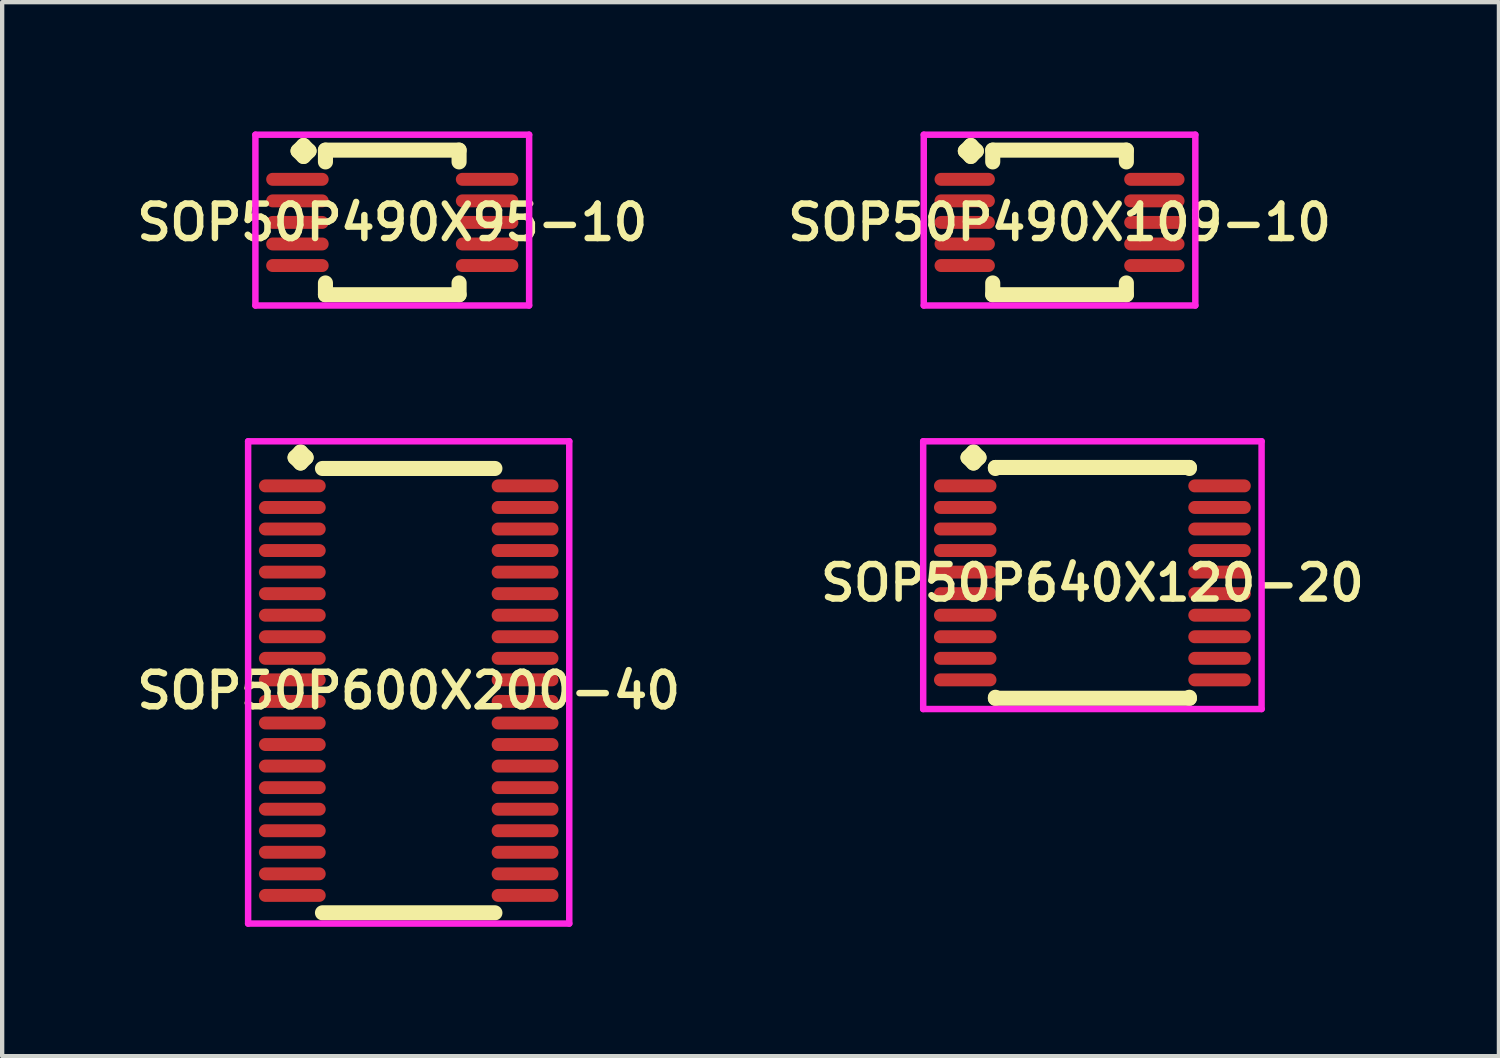
<source format=kicad_pcb>
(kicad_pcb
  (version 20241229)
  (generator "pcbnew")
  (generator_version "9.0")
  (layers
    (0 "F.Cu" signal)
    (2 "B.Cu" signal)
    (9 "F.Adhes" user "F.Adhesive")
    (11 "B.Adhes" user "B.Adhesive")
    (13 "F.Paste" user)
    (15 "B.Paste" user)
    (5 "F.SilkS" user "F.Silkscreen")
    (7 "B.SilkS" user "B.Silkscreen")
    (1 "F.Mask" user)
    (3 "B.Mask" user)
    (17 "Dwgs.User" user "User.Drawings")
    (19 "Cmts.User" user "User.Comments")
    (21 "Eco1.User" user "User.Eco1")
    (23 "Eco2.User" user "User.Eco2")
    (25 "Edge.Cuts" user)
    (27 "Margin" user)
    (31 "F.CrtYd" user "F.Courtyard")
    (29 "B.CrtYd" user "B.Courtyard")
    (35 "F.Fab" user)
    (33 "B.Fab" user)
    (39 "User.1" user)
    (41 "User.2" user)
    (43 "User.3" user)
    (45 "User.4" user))
  (footprint "SOP50P490X109-10"
    (layer "F.Cu")
    (at 21.53 2.11)
    (property "Reference" "SOP50P490X109-10" (at 0 0 0) (layer "F.SilkS") (effects (font (size 0.8 0.8) (thickness 0.15))))
    (attr smd)
    (fp_line (start -2.185 -1.658) (end -2.058 -1.785) (stroke (width 0.35) (type solid)) (layer "F.SilkS"))
    (fp_line (start -2.058 -1.785) (end -1.931 -1.658) (stroke (width 0.35) (type solid)) (layer "F.SilkS"))
    (fp_line (start -2.058 -1.531) (end -2.185 -1.658) (stroke (width 0.35) (type solid)) (layer "F.SilkS"))
    (fp_line (start -1.931 -1.658) (end -2.058 -1.531) (stroke (width 0.35) (type solid)) (layer "F.SilkS"))
    (fp_line (start -1.55 -1.677) (end 1.55 -1.677) (stroke (width 0.35) (type solid)) (layer "F.SilkS"))
    (fp_line (start -1.55 -1.404) (end -1.55 -1.677) (stroke (width 0.35) (type solid)) (layer "F.SilkS"))
    (fp_line (start -1.55 1.404) (end -1.55 1.677) (stroke (width 0.35) (type solid)) (layer "F.SilkS"))
    (fp_line (start -1.55 1.677) (end 1.55 1.677) (stroke (width 0.35) (type solid)) (layer "F.SilkS"))
    (fp_line (start 1.55 -1.677) (end 1.55 -1.404) (stroke (width 0.35) (type solid)) (layer "F.SilkS"))
    (fp_line (start 1.55 1.677) (end 1.55 1.404) (stroke (width 0.35) (type solid)) (layer "F.SilkS"))
    (fp_line (start -3.15 -2.035) (end 3.15 -2.035) (stroke (width 0.15) (type solid)) (layer "F.CrtYd"))
    (fp_line (start -3.15 1.927) (end -3.15 -2.035) (stroke (width 0.15) (type solid)) (layer "F.CrtYd"))
    (fp_line (start 3.15 -2.035) (end 3.15 1.927) (stroke (width 0.15) (type solid)) (layer "F.CrtYd"))
    (fp_line (start 3.15 1.927) (end -3.15 1.927) (stroke (width 0.15) (type solid)) (layer "F.CrtYd"))
    (pad "1" smd oval (at -2.2 -1) (size 1.4 0.3) (layers "F.Cu" "F.Mask" "F.Paste"))
    (pad "2" smd oval (at -2.2 -0.5) (size 1.4 0.3) (layers "F.Cu" "F.Mask" "F.Paste"))
    (pad "3" smd oval (at -2.2 0) (size 1.4 0.3) (layers "F.Cu" "F.Mask" "F.Paste"))
    (pad "4" smd oval (at -2.2 0.5) (size 1.4 0.3) (layers "F.Cu" "F.Mask" "F.Paste"))
    (pad "5" smd oval (at -2.2 1) (size 1.4 0.3) (layers "F.Cu" "F.Mask" "F.Paste"))
    (pad "6" smd oval (at 2.2 1) (size 1.4 0.3) (layers "F.Cu" "F.Mask" "F.Paste"))
    (pad "7" smd oval (at 2.2 0.5) (size 1.4 0.3) (layers "F.Cu" "F.Mask" "F.Paste"))
    (pad "8" smd oval (at 2.2 0) (size 1.4 0.3) (layers "F.Cu" "F.Mask" "F.Paste"))
    (pad "9" smd oval (at 2.2 -0.5) (size 1.4 0.3) (layers "F.Cu" "F.Mask" "F.Paste"))
    (pad "10" smd oval (at 2.2 -1) (size 1.4 0.3) (layers "F.Cu" "F.Mask" "F.Paste")))
  (footprint "SOP50P600X200-40"
    (layer "F.Cu")
    (at 6.431 12.972)
    (property "Reference" "SOP50P600X200-40" (at 0 0 0) (layer "F.SilkS") (effects (font (size 0.8 0.8) (thickness 0.15))))
    (attr smd)
    (fp_line (start -2.635 -5.408) (end -2.508 -5.535) (stroke (width 0.35) (type solid)) (layer "F.SilkS"))
    (fp_line (start -2.508 -5.535) (end -2.381 -5.408) (stroke (width 0.35) (type solid)) (layer "F.SilkS"))
    (fp_line (start -2.508 -5.281) (end -2.635 -5.408) (stroke (width 0.35) (type solid)) (layer "F.SilkS"))
    (fp_line (start -2.381 -5.408) (end -2.508 -5.281) (stroke (width 0.35) (type solid)) (layer "F.SilkS"))
    (fp_line (start -2 -5.154) (end 2 -5.154) (stroke (width 0.35) (type solid)) (layer "F.SilkS"))
    (fp_line (start -2 5.154) (end 2 5.154) (stroke (width 0.35) (type solid)) (layer "F.SilkS"))
    (fp_line (start -3.725 -5.785) (end 3.725 -5.785) (stroke (width 0.15) (type solid)) (layer "F.CrtYd"))
    (fp_line (start -3.725 5.404) (end -3.725 -5.785) (stroke (width 0.15) (type solid)) (layer "F.CrtYd"))
    (fp_line (start 3.725 -5.785) (end 3.725 5.404) (stroke (width 0.15) (type solid)) (layer "F.CrtYd"))
    (fp_line (start 3.725 5.404) (end -3.725 5.404) (stroke (width 0.15) (type solid)) (layer "F.CrtYd"))
    (pad "1" smd oval (at -2.7 -4.75) (size 1.55 0.3) (layers "F.Cu" "F.Mask" "F.Paste"))
    (pad "2" smd oval (at -2.7 -4.25) (size 1.55 0.3) (layers "F.Cu" "F.Mask" "F.Paste"))
    (pad "3" smd oval (at -2.7 -3.75) (size 1.55 0.3) (layers "F.Cu" "F.Mask" "F.Paste"))
    (pad "4" smd oval (at -2.7 -3.25) (size 1.55 0.3) (layers "F.Cu" "F.Mask" "F.Paste"))
    (pad "5" smd oval (at -2.7 -2.75) (size 1.55 0.3) (layers "F.Cu" "F.Mask" "F.Paste"))
    (pad "6" smd oval (at -2.7 -2.25) (size 1.55 0.3) (layers "F.Cu" "F.Mask" "F.Paste"))
    (pad "7" smd oval (at -2.7 -1.75) (size 1.55 0.3) (layers "F.Cu" "F.Mask" "F.Paste"))
    (pad "8" smd oval (at -2.7 -1.25) (size 1.55 0.3) (layers "F.Cu" "F.Mask" "F.Paste"))
    (pad "9" smd oval (at -2.7 -0.75) (size 1.55 0.3) (layers "F.Cu" "F.Mask" "F.Paste"))
    (pad "10" smd oval (at -2.7 -0.25) (size 1.55 0.3) (layers "F.Cu" "F.Mask" "F.Paste"))
    (pad "11" smd oval (at -2.7 0.25) (size 1.55 0.3) (layers "F.Cu" "F.Mask" "F.Paste"))
    (pad "12" smd oval (at -2.7 0.75) (size 1.55 0.3) (layers "F.Cu" "F.Mask" "F.Paste"))
    (pad "13" smd oval (at -2.7 1.25) (size 1.55 0.3) (layers "F.Cu" "F.Mask" "F.Paste"))
    (pad "14" smd oval (at -2.7 1.75) (size 1.55 0.3) (layers "F.Cu" "F.Mask" "F.Paste"))
    (pad "15" smd oval (at -2.7 2.25) (size 1.55 0.3) (layers "F.Cu" "F.Mask" "F.Paste"))
    (pad "16" smd oval (at -2.7 2.75) (size 1.55 0.3) (layers "F.Cu" "F.Mask" "F.Paste"))
    (pad "17" smd oval (at -2.7 3.25) (size 1.55 0.3) (layers "F.Cu" "F.Mask" "F.Paste"))
    (pad "18" smd oval (at -2.7 3.75) (size 1.55 0.3) (layers "F.Cu" "F.Mask" "F.Paste"))
    (pad "19" smd oval (at -2.7 4.25) (size 1.55 0.3) (layers "F.Cu" "F.Mask" "F.Paste"))
    (pad "20" smd oval (at -2.7 4.75) (size 1.55 0.3) (layers "F.Cu" "F.Mask" "F.Paste"))
    (pad "21" smd oval (at 2.7 4.75) (size 1.55 0.3) (layers "F.Cu" "F.Mask" "F.Paste"))
    (pad "22" smd oval (at 2.7 4.25) (size 1.55 0.3) (layers "F.Cu" "F.Mask" "F.Paste"))
    (pad "23" smd oval (at 2.7 3.75) (size 1.55 0.3) (layers "F.Cu" "F.Mask" "F.Paste"))
    (pad "24" smd oval (at 2.7 3.25) (size 1.55 0.3) (layers "F.Cu" "F.Mask" "F.Paste"))
    (pad "25" smd oval (at 2.7 2.75) (size 1.55 0.3) (layers "F.Cu" "F.Mask" "F.Paste"))
    (pad "26" smd oval (at 2.7 2.25) (size 1.55 0.3) (layers "F.Cu" "F.Mask" "F.Paste"))
    (pad "27" smd oval (at 2.7 1.75) (size 1.55 0.3) (layers "F.Cu" "F.Mask" "F.Paste"))
    (pad "28" smd oval (at 2.7 1.25) (size 1.55 0.3) (layers "F.Cu" "F.Mask" "F.Paste"))
    (pad "29" smd oval (at 2.7 0.75) (size 1.55 0.3) (layers "F.Cu" "F.Mask" "F.Paste"))
    (pad "30" smd oval (at 2.7 0.25) (size 1.55 0.3) (layers "F.Cu" "F.Mask" "F.Paste"))
    (pad "31" smd oval (at 2.7 -0.25) (size 1.55 0.3) (layers "F.Cu" "F.Mask" "F.Paste"))
    (pad "32" smd oval (at 2.7 -0.75) (size 1.55 0.3) (layers "F.Cu" "F.Mask" "F.Paste"))
    (pad "33" smd oval (at 2.7 -1.25) (size 1.55 0.3) (layers "F.Cu" "F.Mask" "F.Paste"))
    (pad "34" smd oval (at 2.7 -1.75) (size 1.55 0.3) (layers "F.Cu" "F.Mask" "F.Paste"))
    (pad "35" smd oval (at 2.7 -2.25) (size 1.55 0.3) (layers "F.Cu" "F.Mask" "F.Paste"))
    (pad "36" smd oval (at 2.7 -2.75) (size 1.55 0.3) (layers "F.Cu" "F.Mask" "F.Paste"))
    (pad "37" smd oval (at 2.7 -3.25) (size 1.55 0.3) (layers "F.Cu" "F.Mask" "F.Paste"))
    (pad "38" smd oval (at 2.7 -3.75) (size 1.55 0.3) (layers "F.Cu" "F.Mask" "F.Paste"))
    (pad "39" smd oval (at 2.7 -4.25) (size 1.55 0.3) (layers "F.Cu" "F.Mask" "F.Paste"))
    (pad "40" smd oval (at 2.7 -4.75) (size 1.55 0.3) (layers "F.Cu" "F.Mask" "F.Paste")))
  (footprint "SOP50P640X120-20"
    (layer "F.Cu")
    (at 22.292 10.472)
    (property "Reference" "SOP50P640X120-20" (at 0 0 0) (layer "F.SilkS") (effects (font (size 0.8 0.8) (thickness 0.15))))
    (attr smd)
    (fp_line (start -2.885 -2.908) (end -2.758 -3.035) (stroke (width 0.35) (type solid)) (layer "F.SilkS"))
    (fp_line (start -2.758 -3.035) (end -2.631 -2.908) (stroke (width 0.35) (type solid)) (layer "F.SilkS"))
    (fp_line (start -2.758 -2.781) (end -2.885 -2.908) (stroke (width 0.35) (type solid)) (layer "F.SilkS"))
    (fp_line (start -2.631 -2.908) (end -2.758 -2.781) (stroke (width 0.35) (type solid)) (layer "F.SilkS"))
    (fp_line (start -2.25 -2.677) (end 2.25 -2.677) (stroke (width 0.35) (type solid)) (layer "F.SilkS"))
    (fp_line (start -2.25 -2.654) (end -2.25 -2.677) (stroke (width 0.35) (type solid)) (layer "F.SilkS"))
    (fp_line (start -2.25 2.654) (end -2.25 2.677) (stroke (width 0.35) (type solid)) (layer "F.SilkS"))
    (fp_line (start -2.25 2.677) (end 2.25 2.677) (stroke (width 0.35) (type solid)) (layer "F.SilkS"))
    (fp_line (start 2.25 -2.677) (end 2.25 -2.654) (stroke (width 0.35) (type solid)) (layer "F.SilkS"))
    (fp_line (start 2.25 2.677) (end 2.25 2.654) (stroke (width 0.35) (type solid)) (layer "F.SilkS"))
    (fp_line (start -3.925 -3.285) (end 3.925 -3.285) (stroke (width 0.15) (type solid)) (layer "F.CrtYd"))
    (fp_line (start -3.925 2.927) (end -3.925 -3.285) (stroke (width 0.15) (type solid)) (layer "F.CrtYd"))
    (fp_line (start 3.925 -3.285) (end 3.925 2.927) (stroke (width 0.15) (type solid)) (layer "F.CrtYd"))
    (fp_line (start 3.925 2.927) (end -3.925 2.927) (stroke (width 0.15) (type solid)) (layer "F.CrtYd"))
    (pad "1" smd oval (at -2.95 -2.25) (size 1.45 0.3) (layers "F.Cu" "F.Mask" "F.Paste"))
    (pad "2" smd oval (at -2.95 -1.75) (size 1.45 0.3) (layers "F.Cu" "F.Mask" "F.Paste"))
    (pad "3" smd oval (at -2.95 -1.25) (size 1.45 0.3) (layers "F.Cu" "F.Mask" "F.Paste"))
    (pad "4" smd oval (at -2.95 -0.75) (size 1.45 0.3) (layers "F.Cu" "F.Mask" "F.Paste"))
    (pad "5" smd oval (at -2.95 -0.25) (size 1.45 0.3) (layers "F.Cu" "F.Mask" "F.Paste"))
    (pad "6" smd oval (at -2.95 0.25) (size 1.45 0.3) (layers "F.Cu" "F.Mask" "F.Paste"))
    (pad "7" smd oval (at -2.95 0.75) (size 1.45 0.3) (layers "F.Cu" "F.Mask" "F.Paste"))
    (pad "8" smd oval (at -2.95 1.25) (size 1.45 0.3) (layers "F.Cu" "F.Mask" "F.Paste"))
    (pad "9" smd oval (at -2.95 1.75) (size 1.45 0.3) (layers "F.Cu" "F.Mask" "F.Paste"))
    (pad "10" smd oval (at -2.95 2.25) (size 1.45 0.3) (layers "F.Cu" "F.Mask" "F.Paste"))
    (pad "11" smd oval (at 2.95 2.25) (size 1.45 0.3) (layers "F.Cu" "F.Mask" "F.Paste"))
    (pad "12" smd oval (at 2.95 1.75) (size 1.45 0.3) (layers "F.Cu" "F.Mask" "F.Paste"))
    (pad "13" smd oval (at 2.95 1.25) (size 1.45 0.3) (layers "F.Cu" "F.Mask" "F.Paste"))
    (pad "14" smd oval (at 2.95 0.75) (size 1.45 0.3) (layers "F.Cu" "F.Mask" "F.Paste"))
    (pad "15" smd oval (at 2.95 0.25) (size 1.45 0.3) (layers "F.Cu" "F.Mask" "F.Paste"))
    (pad "16" smd oval (at 2.95 -0.25) (size 1.45 0.3) (layers "F.Cu" "F.Mask" "F.Paste"))
    (pad "17" smd oval (at 2.95 -0.75) (size 1.45 0.3) (layers "F.Cu" "F.Mask" "F.Paste"))
    (pad "18" smd oval (at 2.95 -1.25) (size 1.45 0.3) (layers "F.Cu" "F.Mask" "F.Paste"))
    (pad "19" smd oval (at 2.95 -1.75) (size 1.45 0.3) (layers "F.Cu" "F.Mask" "F.Paste"))
    (pad "20" smd oval (at 2.95 -2.25) (size 1.45 0.3) (layers "F.Cu" "F.Mask" "F.Paste")))
  (footprint "SOP50P490X95-10"
    (layer "F.Cu")
    (at 6.05 2.11)
    (property "Reference" "SOP50P490X95-10" (at 0 0 0) (layer "F.SilkS") (effects (font (size 0.8 0.8) (thickness 0.15))))
    (attr smd)
    (fp_line (start -2.185 -1.658) (end -2.058 -1.785) (stroke (width 0.35) (type solid)) (layer "F.SilkS"))
    (fp_line (start -2.058 -1.785) (end -1.931 -1.658) (stroke (width 0.35) (type solid)) (layer "F.SilkS"))
    (fp_line (start -2.058 -1.531) (end -2.185 -1.658) (stroke (width 0.35) (type solid)) (layer "F.SilkS"))
    (fp_line (start -1.931 -1.658) (end -2.058 -1.531) (stroke (width 0.35) (type solid)) (layer "F.SilkS"))
    (fp_line (start -1.55 -1.677) (end 1.55 -1.677) (stroke (width 0.35) (type solid)) (layer "F.SilkS"))
    (fp_line (start -1.55 -1.404) (end -1.55 -1.677) (stroke (width 0.35) (type solid)) (layer "F.SilkS"))
    (fp_line (start -1.55 1.404) (end -1.55 1.677) (stroke (width 0.35) (type solid)) (layer "F.SilkS"))
    (fp_line (start -1.55 1.677) (end 1.55 1.677) (stroke (width 0.35) (type solid)) (layer "F.SilkS"))
    (fp_line (start 1.55 -1.677) (end 1.55 -1.404) (stroke (width 0.35) (type solid)) (layer "F.SilkS"))
    (fp_line (start 1.55 1.677) (end 1.55 1.404) (stroke (width 0.35) (type solid)) (layer "F.SilkS"))
    (fp_line (start -3.175 -2.035) (end 3.175 -2.035) (stroke (width 0.15) (type solid)) (layer "F.CrtYd"))
    (fp_line (start -3.175 1.927) (end -3.175 -2.035) (stroke (width 0.15) (type solid)) (layer "F.CrtYd"))
    (fp_line (start 3.175 -2.035) (end 3.175 1.927) (stroke (width 0.15) (type solid)) (layer "F.CrtYd"))
    (fp_line (start 3.175 1.927) (end -3.175 1.927) (stroke (width 0.15) (type solid)) (layer "F.CrtYd"))
    (pad "1" smd oval (at -2.2 -1) (size 1.45 0.3) (layers "F.Cu" "F.Mask" "F.Paste"))
    (pad "2" smd oval (at -2.2 -0.5) (size 1.45 0.3) (layers "F.Cu" "F.Mask" "F.Paste"))
    (pad "3" smd oval (at -2.2 0) (size 1.45 0.3) (layers "F.Cu" "F.Mask" "F.Paste"))
    (pad "4" smd oval (at -2.2 0.5) (size 1.45 0.3) (layers "F.Cu" "F.Mask" "F.Paste"))
    (pad "5" smd oval (at -2.2 1) (size 1.45 0.3) (layers "F.Cu" "F.Mask" "F.Paste"))
    (pad "6" smd oval (at 2.2 1) (size 1.45 0.3) (layers "F.Cu" "F.Mask" "F.Paste"))
    (pad "7" smd oval (at 2.2 0.5) (size 1.45 0.3) (layers "F.Cu" "F.Mask" "F.Paste"))
    (pad "8" smd oval (at 2.2 0) (size 1.45 0.3) (layers "F.Cu" "F.Mask" "F.Paste"))
    (pad "9" smd oval (at 2.2 -0.5) (size 1.45 0.3) (layers "F.Cu" "F.Mask" "F.Paste"))
    (pad "10" smd oval (at 2.2 -1) (size 1.45 0.3) (layers "F.Cu" "F.Mask" "F.Paste")))
  (gr_rect
    (start -3 -3)
    (end 31.723 21.451)
    (stroke (width 0.1) (type default))
    (fill no)
    (layer "Edge.Cuts")))
</source>
